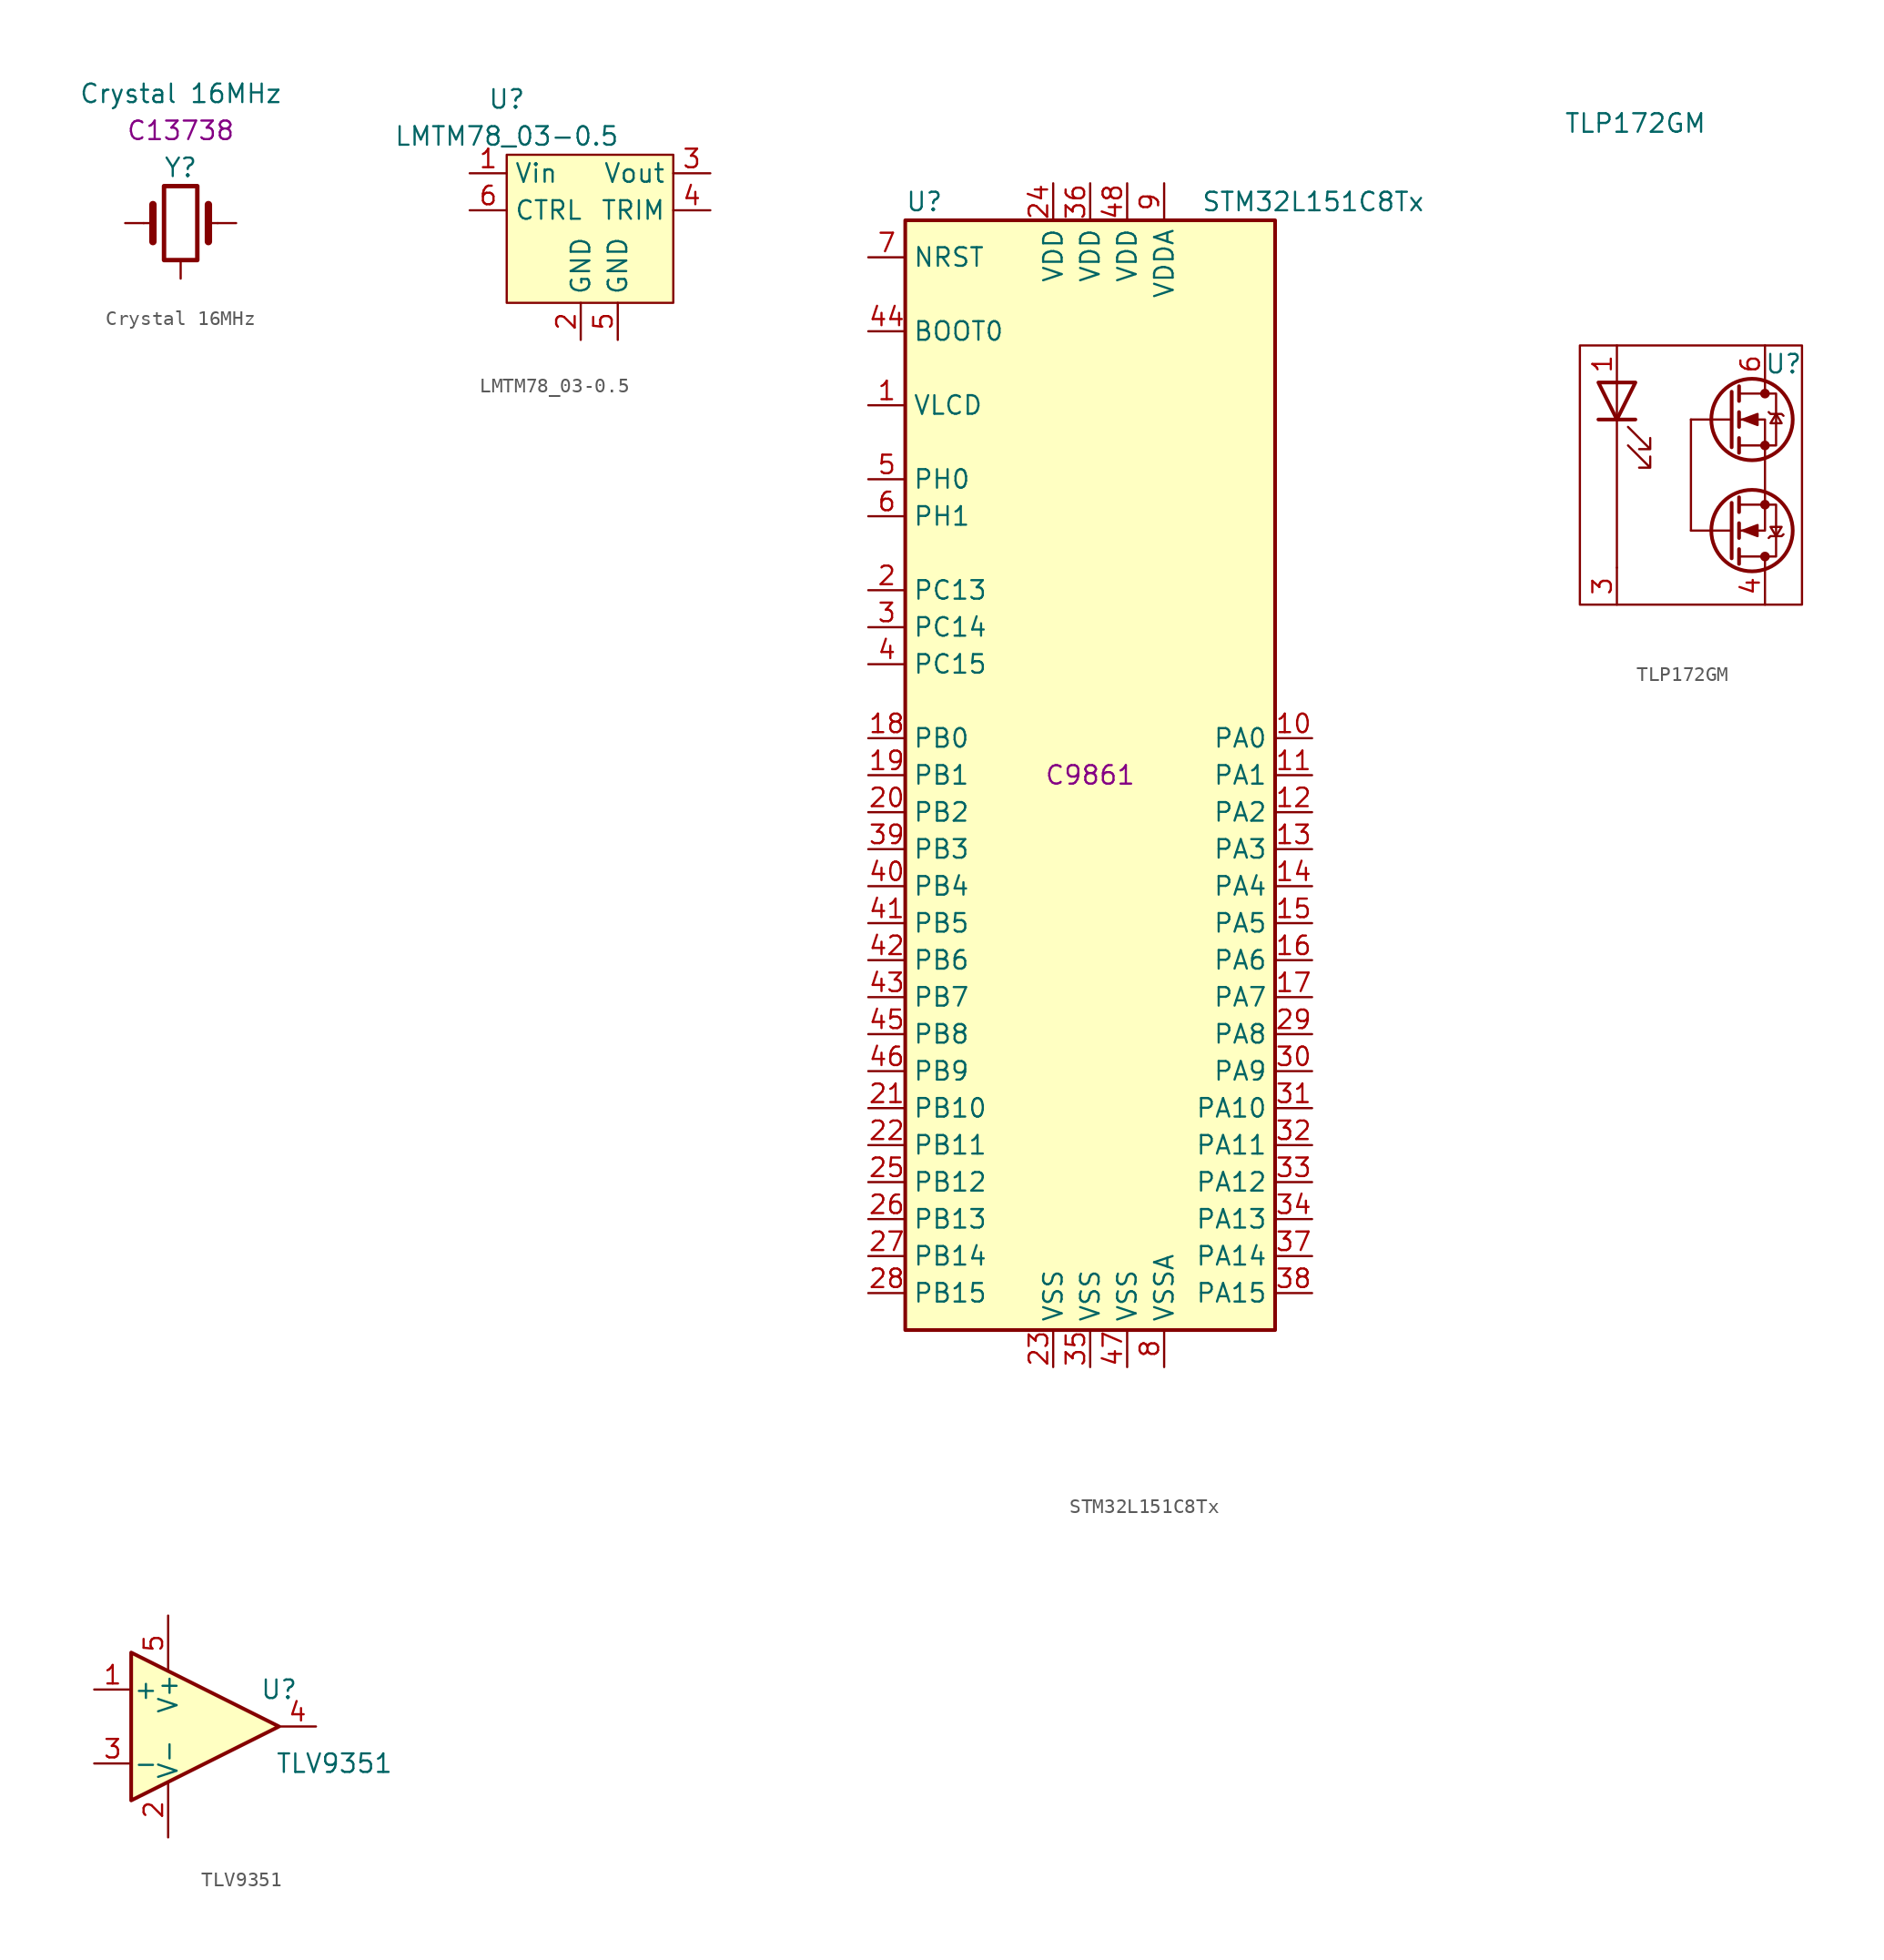
<source format=kicad_sym>
(kicad_symbol_lib
  (version 20220914)
  (generator kicad_symbol_editor)
  (symbol "Crystal 16MHz"
    (pin_numbers hide)
    (pin_names
      (offset 1.016) hide)
    (property "Reference" "Y"
      (at 0 3.81 0)
      (effects (font (size 1.27 1.27))))
    (property "Value" "Crystal 16MHz"
      (at 0 8.89 0)
      (effects (font (size 1.27 1.27))))
    (property "JLCPCB" "C13738"
      (at 0 6.35 0)
      (effects (font (size 1.27 1.27))))
    (symbol "Crystal 16MHz_0_1"
      (rectangle (start -1.143 2.54) (end 1.143 -2.54) (stroke (width 0.305) (type default)) (fill (type none)))
      (polyline (pts (xy -2.54 0) (xy -1.905 0)) (stroke (width 0) (type default)) (fill (type none)))
      (polyline (pts (xy -1.905 -1.27) (xy -1.905 1.27)) (stroke (width 0.508) (type default)) (fill (type none)))
      (polyline (pts (xy 1.905 -1.27) (xy 1.905 1.27)) (stroke (width 0.508) (type default)) (fill (type none)))
      (polyline (pts (xy 2.54 0) (xy 1.905 0)) (stroke (width 0) (type default)) (fill (type none))))
    (symbol "Crystal 16MHz_1_1"
      (pin passive line (at -3.81 0 0) (length 1.27) (name "1" (effects (font (size 1.27 1.27)))) (number "1" (effects (font (size 1.27 1.27)))))
      (pin passive line (at 3.81 0 180) (length 1.27) (name "2" (effects (font (size 1.27 1.27)))) (number "2" (effects (font (size 1.27 1.27)))))
      (pin passive line (at 0 -3.81 90) (length 1.27) (name "GND" (effects (font (size 1.27 1.27)))) (number "3" (effects (font (size 1.27 1.27)))))
      (pin passive line (at 0 -3.81 90) (length 1.27) hide (name "GND" (effects (font (size 1.27 1.27)))) (number "4" (effects (font (size 1.27 1.27)))))))
  (symbol "LMTM78_03-0.5"
    (property "Reference" "U"
      (at 0 5.08 0)
      (effects (font (size 1.27 1.27))))
    (property "Value" "LMTM78_03-0.5"
      (at 0 2.54 0)
      (effects (font (size 1.27 1.27))))
    (symbol "LMTM78_03-0.5_0_1"
      (rectangle (start 0 1.27) (end 11.43 -8.89) (stroke (width 0) (type default)) (fill (type background))))
    (symbol "LMTM78_03-0.5_1_1"
      (pin input line (at -2.54 0 0) (length 2.54) (name "Vin" (effects (font (size 1.27 1.27)))) (number "1" (effects (font (size 1.27 1.27)))))
      (pin input line (at 5.08 -11.43 90) (length 2.54) (name "GND" (effects (font (size 1.27 1.27)))) (number "2" (effects (font (size 1.27 1.27)))))
      (pin input line (at 13.97 0 180) (length 2.54) (name "Vout" (effects (font (size 1.27 1.27)))) (number "3" (effects (font (size 1.27 1.27)))))
      (pin input line (at 13.97 -2.54 180) (length 2.54) (name "TRIM" (effects (font (size 1.27 1.27)))) (number "4" (effects (font (size 1.27 1.27)))))
      (pin input line (at 7.62 -11.43 90) (length 2.54) (name "GND" (effects (font (size 1.27 1.27)))) (number "5" (effects (font (size 1.27 1.27)))))
      (pin input line (at -2.54 -2.54 0) (length 2.54) (name "CTRL" (effects (font (size 1.27 1.27)))) (number "6" (effects (font (size 1.27 1.27)))))))
  (symbol "STM32L151C8Tx"
    (property "Reference" "U"
      (at -12.7 39.37 0)
      (effects (font (size 1.27 1.27)) (justify left)))
    (property "Value" "STM32L151C8Tx"
      (at 7.62 39.37 0)
      (effects (font (size 1.27 1.27)) (justify left)))
    (property "JLCPCB" "C9861"
      (at 0 0 0)
      (effects (font (size 1.27 1.27))))
    (symbol "STM32L151C8Tx_0_1"
      (rectangle (start -12.7 -38.1) (end 12.7 38.1) (stroke (width 0.254) (type default)) (fill (type background))))
    (symbol "STM32L151C8Tx_1_1"
      (pin power_in line (at -15.24 25.4 0) (length 2.54) (name "VLCD" (effects (font (size 1.27 1.27)))) (number "1" (effects (font (size 1.27 1.27)))))
      (pin bidirectional line (at 15.24 2.54 180) (length 2.54) (name "PA0" (effects (font (size 1.27 1.27)))) (number "10" (effects (font (size 1.27 1.27)))))
      (pin bidirectional line (at 15.24 0 180) (length 2.54) (name "PA1" (effects (font (size 1.27 1.27)))) (number "11" (effects (font (size 1.27 1.27)))))
      (pin bidirectional line (at 15.24 -2.54 180) (length 2.54) (name "PA2" (effects (font (size 1.27 1.27)))) (number "12" (effects (font (size 1.27 1.27)))))
      (pin bidirectional line (at 15.24 -5.08 180) (length 2.54) (name "PA3" (effects (font (size 1.27 1.27)))) (number "13" (effects (font (size 1.27 1.27)))))
      (pin bidirectional line (at 15.24 -7.62 180) (length 2.54) (name "PA4" (effects (font (size 1.27 1.27)))) (number "14" (effects (font (size 1.27 1.27)))))
      (pin bidirectional line (at 15.24 -10.16 180) (length 2.54) (name "PA5" (effects (font (size 1.27 1.27)))) (number "15" (effects (font (size 1.27 1.27)))))
      (pin bidirectional line (at 15.24 -12.7 180) (length 2.54) (name "PA6" (effects (font (size 1.27 1.27)))) (number "16" (effects (font (size 1.27 1.27)))))
      (pin bidirectional line (at 15.24 -15.24 180) (length 2.54) (name "PA7" (effects (font (size 1.27 1.27)))) (number "17" (effects (font (size 1.27 1.27)))))
      (pin bidirectional line (at -15.24 2.54 0) (length 2.54) (name "PB0" (effects (font (size 1.27 1.27)))) (number "18" (effects (font (size 1.27 1.27)))))
      (pin bidirectional line (at -15.24 0 0) (length 2.54) (name "PB1" (effects (font (size 1.27 1.27)))) (number "19" (effects (font (size 1.27 1.27)))))
      (pin bidirectional line (at -15.24 12.7 0) (length 2.54) (name "PC13" (effects (font (size 1.27 1.27)))) (number "2" (effects (font (size 1.27 1.27)))))
      (pin bidirectional line (at -15.24 -2.54 0) (length 2.54) (name "PB2" (effects (font (size 1.27 1.27)))) (number "20" (effects (font (size 1.27 1.27)))))
      (pin bidirectional line (at -15.24 -22.86 0) (length 2.54) (name "PB10" (effects (font (size 1.27 1.27)))) (number "21" (effects (font (size 1.27 1.27)))))
      (pin bidirectional line (at -15.24 -25.4 0) (length 2.54) (name "PB11" (effects (font (size 1.27 1.27)))) (number "22" (effects (font (size 1.27 1.27)))))
      (pin power_in line (at -2.54 -40.64 90) (length 2.54) (name "VSS" (effects (font (size 1.27 1.27)))) (number "23" (effects (font (size 1.27 1.27)))))
      (pin power_in line (at -2.54 40.64 270) (length 2.54) (name "VDD" (effects (font (size 1.27 1.27)))) (number "24" (effects (font (size 1.27 1.27)))))
      (pin bidirectional line (at -15.24 -27.94 0) (length 2.54) (name "PB12" (effects (font (size 1.27 1.27)))) (number "25" (effects (font (size 1.27 1.27)))))
      (pin bidirectional line (at -15.24 -30.48 0) (length 2.54) (name "PB13" (effects (font (size 1.27 1.27)))) (number "26" (effects (font (size 1.27 1.27)))))
      (pin bidirectional line (at -15.24 -33.02 0) (length 2.54) (name "PB14" (effects (font (size 1.27 1.27)))) (number "27" (effects (font (size 1.27 1.27)))))
      (pin bidirectional line (at -15.24 -35.56 0) (length 2.54) (name "PB15" (effects (font (size 1.27 1.27)))) (number "28" (effects (font (size 1.27 1.27)))))
      (pin bidirectional line (at 15.24 -17.78 180) (length 2.54) (name "PA8" (effects (font (size 1.27 1.27)))) (number "29" (effects (font (size 1.27 1.27)))))
      (pin bidirectional line (at -15.24 10.16 0) (length 2.54) (name "PC14" (effects (font (size 1.27 1.27)))) (number "3" (effects (font (size 1.27 1.27)))))
      (pin bidirectional line (at 15.24 -20.32 180) (length 2.54) (name "PA9" (effects (font (size 1.27 1.27)))) (number "30" (effects (font (size 1.27 1.27)))))
      (pin bidirectional line (at 15.24 -22.86 180) (length 2.54) (name "PA10" (effects (font (size 1.27 1.27)))) (number "31" (effects (font (size 1.27 1.27)))))
      (pin bidirectional line (at 15.24 -25.4 180) (length 2.54) (name "PA11" (effects (font (size 1.27 1.27)))) (number "32" (effects (font (size 1.27 1.27)))))
      (pin bidirectional line (at 15.24 -27.94 180) (length 2.54) (name "PA12" (effects (font (size 1.27 1.27)))) (number "33" (effects (font (size 1.27 1.27)))))
      (pin bidirectional line (at 15.24 -30.48 180) (length 2.54) (name "PA13" (effects (font (size 1.27 1.27)))) (number "34" (effects (font (size 1.27 1.27)))))
      (pin power_in line (at 0 -40.64 90) (length 2.54) (name "VSS" (effects (font (size 1.27 1.27)))) (number "35" (effects (font (size 1.27 1.27)))))
      (pin power_in line (at 0 40.64 270) (length 2.54) (name "VDD" (effects (font (size 1.27 1.27)))) (number "36" (effects (font (size 1.27 1.27)))))
      (pin bidirectional line (at 15.24 -33.02 180) (length 2.54) (name "PA14" (effects (font (size 1.27 1.27)))) (number "37" (effects (font (size 1.27 1.27)))))
      (pin bidirectional line (at 15.24 -35.56 180) (length 2.54) (name "PA15" (effects (font (size 1.27 1.27)))) (number "38" (effects (font (size 1.27 1.27)))))
      (pin bidirectional line (at -15.24 -5.08 0) (length 2.54) (name "PB3" (effects (font (size 1.27 1.27)))) (number "39" (effects (font (size 1.27 1.27)))))
      (pin bidirectional line (at -15.24 7.62 0) (length 2.54) (name "PC15" (effects (font (size 1.27 1.27)))) (number "4" (effects (font (size 1.27 1.27)))))
      (pin bidirectional line (at -15.24 -7.62 0) (length 2.54) (name "PB4" (effects (font (size 1.27 1.27)))) (number "40" (effects (font (size 1.27 1.27)))))
      (pin bidirectional line (at -15.24 -10.16 0) (length 2.54) (name "PB5" (effects (font (size 1.27 1.27)))) (number "41" (effects (font (size 1.27 1.27)))))
      (pin bidirectional line (at -15.24 -12.7 0) (length 2.54) (name "PB6" (effects (font (size 1.27 1.27)))) (number "42" (effects (font (size 1.27 1.27)))))
      (pin bidirectional line (at -15.24 -15.24 0) (length 2.54) (name "PB7" (effects (font (size 1.27 1.27)))) (number "43" (effects (font (size 1.27 1.27)))))
      (pin input line (at -15.24 30.48 0) (length 2.54) (name "BOOT0" (effects (font (size 1.27 1.27)))) (number "44" (effects (font (size 1.27 1.27)))))
      (pin bidirectional line (at -15.24 -17.78 0) (length 2.54) (name "PB8" (effects (font (size 1.27 1.27)))) (number "45" (effects (font (size 1.27 1.27)))))
      (pin bidirectional line (at -15.24 -20.32 0) (length 2.54) (name "PB9" (effects (font (size 1.27 1.27)))) (number "46" (effects (font (size 1.27 1.27)))))
      (pin power_in line (at 2.54 -40.64 90) (length 2.54) (name "VSS" (effects (font (size 1.27 1.27)))) (number "47" (effects (font (size 1.27 1.27)))))
      (pin power_in line (at 2.54 40.64 270) (length 2.54) (name "VDD" (effects (font (size 1.27 1.27)))) (number "48" (effects (font (size 1.27 1.27)))))
      (pin input line (at -15.24 20.32 0) (length 2.54) (name "PH0" (effects (font (size 1.27 1.27)))) (number "5" (effects (font (size 1.27 1.27)))))
      (pin input line (at -15.24 17.78 0) (length 2.54) (name "PH1" (effects (font (size 1.27 1.27)))) (number "6" (effects (font (size 1.27 1.27)))))
      (pin input line (at -15.24 35.56 0) (length 2.54) (name "NRST" (effects (font (size 1.27 1.27)))) (number "7" (effects (font (size 1.27 1.27)))))
      (pin power_in line (at 5.08 -40.64 90) (length 2.54) (name "VSSA" (effects (font (size 1.27 1.27)))) (number "8" (effects (font (size 1.27 1.27)))))
      (pin power_in line (at 5.08 40.64 270) (length 2.54) (name "VDDA" (effects (font (size 1.27 1.27)))) (number "9" (effects (font (size 1.27 1.27)))))))
  (symbol "TLP172GM"
    (pin_names hide)
    (property "Reference" "U"
      (at 11.43 -1.27 0)
      (effects (font (size 1.27 1.27))))
    (property "Value" "TLP172GM"
      (at 1.27 15.24 0)
      (effects (font (size 1.27 1.27))))
    (symbol "TLP172GM_0_1"
      (rectangle (start -2.54 0) (end 12.7 -17.78) (stroke (width 0) (type default)) (fill (type none)))
      (polyline (pts (xy 0 -5.08) (xy 0 -15.24)) (stroke (width 0) (type default)) (fill (type none)))
      (polyline (pts (xy 0 -5.08) (xy 0 -2.54)) (stroke (width 0) (type default)) (fill (type none)))
      (polyline (pts (xy 1.27 -5.08) (xy -1.27 -5.08)) (stroke (width 0.254) (type default)) (fill (type none)))
      (polyline (pts (xy 5.08 -5.08) (xy 5.08 -12.7)) (stroke (width 0) (type default)) (fill (type none)))
      (polyline (pts (xy 7.874 -14.605) (xy 7.874 -10.795)) (stroke (width 0.254) (type default)) (fill (type none)))
      (polyline (pts (xy 7.874 -12.7) (xy 5.08 -12.7)) (stroke (width 0) (type default)) (fill (type none)))
      (polyline (pts (xy 7.874 -5.08) (xy 5.08 -5.08)) (stroke (width 0) (type default)) (fill (type none)))
      (polyline (pts (xy 7.874 -3.175) (xy 7.874 -6.985)) (stroke (width 0.254) (type default)) (fill (type none)))
      (polyline (pts (xy 8.382 -14.986) (xy 8.382 -13.97)) (stroke (width 0.254) (type default)) (fill (type none)))
      (polyline (pts (xy 8.382 -13.208) (xy 8.382 -12.192)) (stroke (width 0.254) (type default)) (fill (type none)))
      (polyline (pts (xy 8.382 -11.43) (xy 8.382 -10.414)) (stroke (width 0.254) (type default)) (fill (type none)))
      (polyline (pts (xy 8.382 -6.35) (xy 8.382 -7.366)) (stroke (width 0.254) (type default)) (fill (type none)))
      (polyline (pts (xy 8.382 -4.572) (xy 8.382 -5.588)) (stroke (width 0.254) (type default)) (fill (type none)))
      (polyline (pts (xy 8.382 -2.794) (xy 8.382 -3.81)) (stroke (width 0.254) (type default)) (fill (type none)))
      (polyline (pts (xy 10.16 -15.24) (xy 10.16 -14.478)) (stroke (width 0) (type default)) (fill (type none)))
      (polyline (pts (xy 10.16 -7.62) (xy 10.16 -10.16)) (stroke (width 0) (type default)) (fill (type none)))
      (polyline (pts (xy 10.16 -2.54) (xy 10.16 -3.302)) (stroke (width 0) (type default)) (fill (type none)))
      (polyline (pts (xy 10.16 -10.16) (xy 10.16 -12.7) (xy 8.382 -12.7)) (stroke (width 0) (type default)) (fill (type none)))
      (polyline (pts (xy 10.16 -7.62) (xy 10.16 -5.08) (xy 8.382 -5.08)) (stroke (width 0) (type default)) (fill (type none)))
      (polyline (pts (xy 1.27 -2.54) (xy -1.27 -2.54) (xy 0 -5.08) (xy 1.27 -2.54)) (stroke (width 0.254) (type default)) (fill (type none)))
      (polyline (pts (xy 8.382 -10.922) (xy 10.922 -10.922) (xy 10.922 -14.478) (xy 8.382 -14.478)) (stroke (width 0) (type default)) (fill (type none)))
      (polyline (pts (xy 8.382 -6.858) (xy 10.922 -6.858) (xy 10.922 -3.302) (xy 8.382 -3.302)) (stroke (width 0) (type default)) (fill (type none)))
      (polyline (pts (xy 8.636 -12.7) (xy 9.652 -13.081) (xy 9.652 -12.319) (xy 8.636 -12.7)) (stroke (width 0) (type default)) (fill (type outline)))
      (polyline (pts (xy 8.636 -5.08) (xy 9.652 -4.699) (xy 9.652 -5.461) (xy 8.636 -5.08)) (stroke (width 0) (type default)) (fill (type outline)))
      (polyline (pts (xy 10.414 -13.208) (xy 10.541 -13.081) (xy 11.303 -13.081) (xy 11.43 -12.954)) (stroke (width 0) (type default)) (fill (type none)))
      (polyline (pts (xy 10.414 -4.572) (xy 10.541 -4.699) (xy 11.303 -4.699) (xy 11.43 -4.826)) (stroke (width 0) (type default)) (fill (type none)))
      (polyline (pts (xy 10.922 -13.081) (xy 10.541 -12.446) (xy 11.303 -12.446) (xy 10.922 -13.081)) (stroke (width 0) (type default)) (fill (type none)))
      (polyline (pts (xy 10.922 -4.699) (xy 10.541 -5.334) (xy 11.303 -5.334) (xy 10.922 -4.699)) (stroke (width 0) (type default)) (fill (type none)))
      (polyline (pts (xy 0.762 -6.858) (xy 2.286 -8.382) (xy 2.286 -7.62) (xy 2.286 -8.382) (xy 1.524 -8.382)) (stroke (width 0) (type default)) (fill (type none)))
      (polyline (pts (xy 0.762 -5.588) (xy 2.286 -7.112) (xy 2.286 -6.35) (xy 2.286 -7.112) (xy 1.524 -7.112)) (stroke (width 0) (type default)) (fill (type none)))
      (circle (center 9.271 -12.7) (radius 2.794) (stroke (width 0.254) (type default)) (fill (type none)))
      (circle (center 9.271 -5.08) (radius 2.794) (stroke (width 0.254) (type default)) (fill (type none)))
      (circle (center 10.16 -14.478) (radius 0.254) (stroke (width 0) (type default)) (fill (type outline)))
      (circle (center 10.16 -10.922) (radius 0.254) (stroke (width 0) (type default)) (fill (type outline)))
      (circle (center 10.16 -6.858) (radius 0.254) (stroke (width 0) (type default)) (fill (type outline)))
      (circle (center 10.16 -3.302) (radius 0.254) (stroke (width 0) (type default)) (fill (type outline))))
    (symbol "TLP172GM_1_1"
      (pin passive line (at 0 0 270) (length 2.54) (name "A" (effects (font (size 1.27 1.27)))) (number "1" (effects (font (size 1.27 1.27)))))
      (pin passive line (at 0 -17.78 90) (length 2.54) (name "K" (effects (font (size 1.27 1.27)))) (number "3" (effects (font (size 1.27 1.27)))))
      (pin input line (at 10.16 -17.78 90) (length 2.54) (name "D" (effects (font (size 1.27 1.27)))) (number "4" (effects (font (size 1.27 1.27)))))
      (pin passive line (at 10.16 0 270) (length 2.54) (name "D" (effects (font (size 1.27 1.27)))) (number "6" (effects (font (size 1.27 1.27)))))))
  (symbol "TLV9351"
    (pin_names
      (offset 0.127))
    (property "Reference" "U"
      (at 7.62 2.54 0)
      (effects (font (size 1.27 1.27))))
    (property "Value" "TLV9351"
      (at 11.43 -2.54 0)
      (effects (font (size 1.27 1.27))))
    (symbol "TLV9351_0_1"
      (polyline (pts (xy -2.54 5.08) (xy -2.54 -5.08) (xy 7.62 0) (xy -2.54 5.08)) (stroke (width 0.254) (type default)) (fill (type background))))
    (symbol "TLV9351_1_1"
      (pin input line (at -5.08 2.54 0) (length 2.54) (name "+" (effects (font (size 1.27 1.27)))) (number "1" (effects (font (size 1.27 1.27)))))
      (pin power_in line (at 0 -7.62 90) (length 3.81) (name "V-" (effects (font (size 1.27 1.27)))) (number "2" (effects (font (size 1.27 1.27)))))
      (pin input line (at -5.08 -2.54 0) (length 2.54) (name "-" (effects (font (size 1.27 1.27)))) (number "3" (effects (font (size 1.27 1.27)))))
      (pin output line (at 10.16 0 180) (length 2.54) (name "~" (effects (font (size 1.27 1.27)))) (number "4" (effects (font (size 1.27 1.27)))))
      (pin power_in line (at 0 7.62 270) (length 3.81) (name "V+" (effects (font (size 1.27 1.27)))) (number "5" (effects (font (size 1.27 1.27))))))))
</source>
